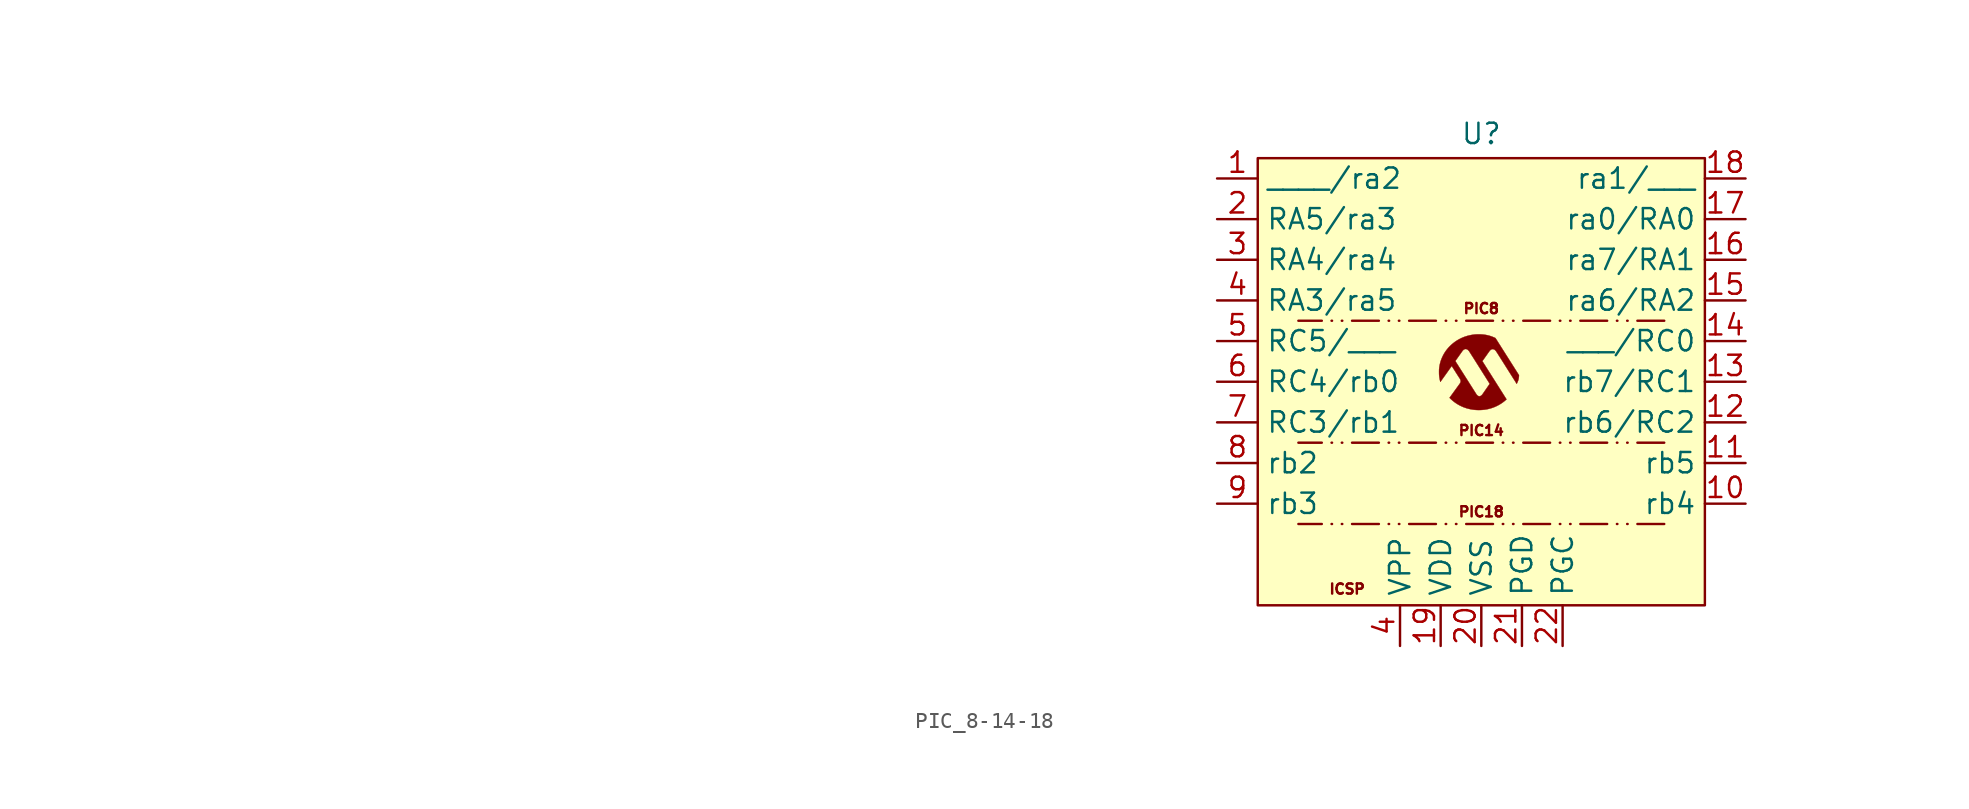
<source format=kicad_sym>
(kicad_symbol_lib
  (version 20241209)
  (generator "kicad_symbol_editor")
  (generator_version "9.0")
  (symbol "PIC_8-14-18"
    (property "Reference" "U"
      (at 0 10.414 0)
      (effects (font (size 1.27 1.27))))
    (property "Value" ""
      (at -78.74 -17.78 0)
      (effects (font (size 1.27 1.27))))
    (symbol "PIC_8-14-18_0_0"
      (polyline (pts (xy -0.028 -6.847) (xy 0.077 -6.84) (xy 0.179 -6.83) (xy 0.186 -6.829) (xy 0.311 -6.81) (xy 0.434 -6.785) (xy 0.556 -6.754) (xy 0.675 -6.717) (xy 0.792 -6.675) (xy 0.906 -6.626) (xy 1.019 -6.572) (xy 1.128 -6.512) (xy 1.235 -6.447) (xy 1.338 -6.376) (xy 1.439 -6.299) (xy 1.448 -6.292) (xy 1.463 -6.279) (xy 1.479 -6.266) (xy 1.496 -6.252) (xy 1.513 -6.237) (xy 1.529 -6.223) (xy 1.543 -6.21) (xy 1.556 -6.199) (xy 1.566 -6.19) (xy 1.573 -6.184) (xy 1.575 -6.181) (xy 1.574 -6.179) (xy 1.571 -6.174) (xy 1.569 -6.173) (xy 1.565 -6.166) (xy 1.558 -6.155) (xy 1.548 -6.14) (xy 1.537 -6.122) (xy 1.524 -6.101) (xy 1.509 -6.078) (xy 1.494 -6.054) (xy 1.479 -6.031) (xy 1.458 -5.998) (xy 1.436 -5.962) (xy 1.412 -5.925) (xy 1.389 -5.889) (xy 1.368 -5.855) (xy 1.349 -5.824) (xy 1.335 -5.802) (xy 1.314 -5.77) (xy 1.292 -5.735) (xy 1.27 -5.7) (xy 1.248 -5.665) (xy 1.228 -5.633) (xy 1.21 -5.605) (xy 1.209 -5.603) (xy 1.195 -5.581) (xy 1.178 -5.555) (xy 1.159 -5.524) (xy 1.138 -5.491) (xy 1.116 -5.456) (xy 1.093 -5.42) (xy 1.07 -5.383) (xy 1.047 -5.347) (xy 1.025 -5.312) (xy 1.006 -5.284) (xy 0.982 -5.245) (xy 0.956 -5.204) (xy 0.93 -5.162) (xy 0.903 -5.12) (xy 0.878 -5.08) (xy 0.854 -5.042) (xy 0.831 -5.006) (xy 0.812 -4.976) (xy 0.792 -4.944) (xy 0.768 -4.907) (xy 0.743 -4.867) (xy 0.716 -4.825) (xy 0.69 -4.783) (xy 0.664 -4.742) (xy 0.639 -4.703) (xy 0.617 -4.668) (xy 0.616 -4.666) (xy 0.594 -4.631) (xy 0.571 -4.594) (xy 0.546 -4.555) (xy 0.521 -4.516) (xy 0.496 -4.477) (xy 0.473 -4.44) (xy 0.452 -4.407) (xy 0.433 -4.377) (xy 0.418 -4.354) (xy 0.4 -4.325) (xy 0.379 -4.292) (xy 0.357 -4.256) (xy 0.333 -4.218) (xy 0.307 -4.178) (xy 0.282 -4.138) (xy 0.256 -4.097) (xy 0.231 -4.057) (xy 0.207 -4.019) (xy 0.064 -3.793) (xy 0.134 -3.695) (xy 0.182 -3.628) (xy 0.227 -3.565) (xy 0.268 -3.506) (xy 0.308 -3.451) (xy 0.345 -3.398) (xy 0.38 -3.348) (xy 0.415 -3.299) (xy 0.448 -3.252) (xy 0.455 -3.243) (xy 0.47 -3.221) (xy 0.485 -3.2) (xy 0.499 -3.181) (xy 0.512 -3.164) (xy 0.522 -3.152) (xy 0.529 -3.143) (xy 0.557 -3.113) (xy 0.588 -3.087) (xy 0.62 -3.067) (xy 0.652 -3.053) (xy 0.684 -3.044) (xy 0.716 -3.042) (xy 0.748 -3.046) (xy 0.748 -3.046) (xy 0.77 -3.053) (xy 0.793 -3.062) (xy 0.817 -3.074) (xy 0.837 -3.087) (xy 0.847 -3.095) (xy 0.864 -3.11) (xy 0.881 -3.127) (xy 0.899 -3.145) (xy 0.914 -3.163) (xy 0.915 -3.165) (xy 0.918 -3.169) (xy 0.922 -3.175) (xy 0.927 -3.182) (xy 0.934 -3.191) (xy 0.941 -3.202) (xy 0.949 -3.215) (xy 0.959 -3.23) (xy 0.971 -3.247) (xy 0.983 -3.267) (xy 0.998 -3.289) (xy 1.014 -3.314) (xy 1.032 -3.342) (xy 1.051 -3.373) (xy 1.073 -3.408) (xy 1.097 -3.445) (xy 1.123 -3.486) (xy 1.151 -3.53) (xy 1.182 -3.579) (xy 1.215 -3.631) (xy 1.25 -3.687) (xy 1.289 -3.747) (xy 1.329 -3.812) (xy 1.373 -3.881) (xy 1.42 -3.955) (xy 1.47 -4.034) (xy 1.522 -4.117) (xy 1.578 -4.206) (xy 1.637 -4.299) (xy 1.671 -4.353) (xy 1.722 -4.434) (xy 1.77 -4.51) (xy 1.815 -4.58) (xy 1.856 -4.646) (xy 1.895 -4.707) (xy 1.931 -4.764) (xy 1.964 -4.817) (xy 1.994 -4.865) (xy 2.022 -4.909) (xy 2.048 -4.949) (xy 2.071 -4.986) (xy 2.092 -5.019) (xy 2.11 -5.049) (xy 2.127 -5.075) (xy 2.141 -5.098) (xy 2.154 -5.119) (xy 2.165 -5.136) (xy 2.174 -5.151) (xy 2.182 -5.163) (xy 2.188 -5.173) (xy 2.193 -5.18) (xy 2.202 -5.194) (xy 2.209 -5.205) (xy 2.214 -5.21) (xy 2.216 -5.21) (xy 2.217 -5.206) (xy 2.221 -5.197) (xy 2.227 -5.184) (xy 2.234 -5.168) (xy 2.242 -5.148) (xy 2.251 -5.128) (xy 2.252 -5.127) (xy 2.266 -5.093) (xy 2.279 -5.064) (xy 2.289 -5.039) (xy 2.297 -5.017) (xy 2.304 -4.998) (xy 2.311 -4.979) (xy 2.316 -4.961) (xy 2.319 -4.95) (xy 2.331 -4.9) (xy 2.34 -4.845) (xy 2.347 -4.785) (xy 2.352 -4.72) (xy 2.354 -4.671) (xy 2.34 -4.649) (xy 2.338 -4.647) (xy 2.333 -4.639) (xy 2.325 -4.627) (xy 2.315 -4.61) (xy 2.302 -4.59) (xy 2.287 -4.567) (xy 2.271 -4.541) (xy 2.253 -4.513) (xy 2.234 -4.483) (xy 2.215 -4.453) (xy 2.195 -4.422) (xy 2.176 -4.391) (xy 2.157 -4.361) (xy 2.138 -4.332) (xy 2.121 -4.304) (xy 2.105 -4.279) (xy 2.09 -4.256) (xy 2.078 -4.236) (xy 2.071 -4.225) (xy 2.058 -4.205) (xy 2.045 -4.184) (xy 2.031 -4.162) (xy 2.018 -4.141) (xy 2.01 -4.128) (xy 1.998 -4.111) (xy 1.985 -4.089) (xy 1.969 -4.064) (xy 1.952 -4.038) (xy 1.934 -4.009) (xy 1.916 -3.981) (xy 1.898 -3.952) (xy 1.886 -3.934) (xy 1.872 -3.911) (xy 1.857 -3.888) (xy 1.843 -3.865) (xy 1.828 -3.842) (xy 1.813 -3.818) (xy 1.797 -3.793) (xy 1.78 -3.766) (xy 1.762 -3.737) (xy 1.742 -3.706) (xy 1.721 -3.672) (xy 1.697 -3.635) (xy 1.671 -3.593) (xy 1.642 -3.548) (xy 1.61 -3.498) (xy 1.576 -3.444) (xy 1.575 -3.443) (xy 1.558 -3.416) (xy 1.54 -3.388) (xy 1.522 -3.36) (xy 1.505 -3.333) (xy 1.49 -3.308) (xy 1.476 -3.286) (xy 1.465 -3.268) (xy 1.463 -3.266) (xy 1.454 -3.252) (xy 1.442 -3.233) (xy 1.428 -3.21) (xy 1.411 -3.184) (xy 1.393 -3.155) (xy 1.373 -3.123) (xy 1.351 -3.089) (xy 1.329 -3.054) (xy 1.307 -3.019) (xy 1.284 -2.983) (xy 1.261 -2.947) (xy 1.225 -2.89) (xy 1.192 -2.837) (xy 1.161 -2.789) (xy 1.133 -2.745) (xy 1.108 -2.706) (xy 1.086 -2.67) (xy 1.065 -2.637) (xy 1.046 -2.608) (xy 1.03 -2.581) (xy 1.014 -2.557) (xy 1.001 -2.535) (xy 0.988 -2.515) (xy 0.977 -2.497) (xy 0.966 -2.481) (xy 0.956 -2.465) (xy 0.947 -2.45) (xy 0.938 -2.436) (xy 0.934 -2.43) (xy 0.922 -2.411) (xy 0.91 -2.393) (xy 0.9 -2.377) (xy 0.892 -2.365) (xy 0.887 -2.357) (xy 0.884 -2.353) (xy 0.884 -2.353) (xy 0.879 -2.349) (xy 0.868 -2.344) (xy 0.853 -2.337) (xy 0.834 -2.328) (xy 0.813 -2.319) (xy 0.789 -2.309) (xy 0.763 -2.298) (xy 0.737 -2.287) (xy 0.711 -2.277) (xy 0.685 -2.267) (xy 0.661 -2.257) (xy 0.638 -2.249) (xy 0.619 -2.242) (xy 0.608 -2.238) (xy 0.586 -2.231) (xy 0.561 -2.223) (xy 0.534 -2.215) (xy 0.507 -2.207) (xy 0.481 -2.199) (xy 0.459 -2.193) (xy 0.44 -2.188) (xy 0.437 -2.187) (xy 0.399 -2.178) (xy 0.356 -2.169) (xy 0.31 -2.16) (xy 0.263 -2.152) (xy 0.216 -2.144) (xy 0.17 -2.138) (xy 0.129 -2.133) (xy 0.119 -2.132) (xy 0.093 -2.129) (xy 0.07 -2.127) (xy 0.049 -2.125) (xy 0.028 -2.124) (xy 0.008 -2.123) (xy -0.013 -2.122) (xy -0.037 -2.121) (xy -0.062 -2.121) (xy -0.092 -2.12) (xy -0.126 -2.12) (xy -0.165 -2.12) (xy -0.185 -2.12) (xy -0.22 -2.12) (xy -0.25 -2.12) (xy -0.275 -2.121) (xy -0.297 -2.121) (xy -0.316 -2.122) (xy -0.333 -2.122) (xy -0.349 -2.123) (xy -0.364 -2.124) (xy -0.38 -2.126) (xy -0.398 -2.127) (xy -0.459 -2.134) (xy -0.589 -2.153) (xy -0.715 -2.177) (xy -0.839 -2.207) (xy -0.96 -2.243) (xy -1.079 -2.284) (xy -1.195 -2.331) (xy -1.308 -2.384) (xy -1.419 -2.443) (xy -1.527 -2.507) (xy -1.577 -2.54) (xy -1.677 -2.609) (xy -1.773 -2.684) (xy -1.865 -2.763) (xy -1.953 -2.846) (xy -2.037 -2.932) (xy -2.115 -3.023) (xy -2.189 -3.116) (xy -2.257 -3.213) (xy -2.32 -3.313) (xy -2.366 -3.393) (xy -2.421 -3.501) (xy -2.47 -3.61) (xy -2.513 -3.72) (xy -2.536 -3.791) (xy -1.622 -3.791) (xy -1.621 -3.788) (xy -1.62 -3.783) (xy -1.616 -3.777) (xy -1.611 -3.768) (xy -1.603 -3.756) (xy -1.592 -3.74) (xy -1.579 -3.721) (xy -1.562 -3.697) (xy -1.553 -3.686) (xy -1.535 -3.659) (xy -1.513 -3.629) (xy -1.49 -3.597) (xy -1.466 -3.562) (xy -1.44 -3.526) (xy -1.414 -3.489) (xy -1.388 -3.452) (xy -1.362 -3.416) (xy -1.337 -3.38) (xy -1.313 -3.347) (xy -1.292 -3.316) (xy -1.272 -3.288) (xy -1.255 -3.265) (xy -1.242 -3.245) (xy -1.236 -3.238) (xy -1.217 -3.21) (xy -1.2 -3.187) (xy -1.186 -3.167) (xy -1.173 -3.151) (xy -1.163 -3.138) (xy -1.153 -3.126) (xy -1.143 -3.116) (xy -1.134 -3.107) (xy -1.124 -3.099) (xy -1.113 -3.09) (xy -1.084 -3.069) (xy -1.052 -3.051) (xy -1.02 -3.04) (xy -0.987 -3.036) (xy -0.954 -3.037) (xy -0.921 -3.045) (xy -0.888 -3.059) (xy -0.885 -3.06) (xy -0.862 -3.074) (xy -0.837 -3.093) (xy -0.812 -3.116) (xy -0.788 -3.141) (xy -0.767 -3.166) (xy -0.767 -3.167) (xy -0.762 -3.174) (xy -0.754 -3.186) (xy -0.743 -3.203) (xy -0.729 -3.224) (xy -0.712 -3.252) (xy -0.691 -3.283) (xy -0.668 -3.321) (xy -0.641 -3.363) (xy -0.611 -3.41) (xy -0.578 -3.462) (xy -0.541 -3.519) (xy -0.501 -3.582) (xy -0.458 -3.65) (xy -0.412 -3.723) (xy -0.363 -3.801) (xy -0.31 -3.884) (xy -0.254 -3.973) (xy -0.195 -4.066) (xy -0.133 -4.165) (xy -0.067 -4.269) (xy 0.002 -4.379) (xy 0.075 -4.494) (xy 0.15 -4.614) (xy 0.23 -4.739) (xy 0.312 -4.87) (xy 0.327 -4.894) (xy 0.346 -4.924) (xy 0.367 -4.957) (xy 0.389 -4.991) (xy 0.41 -5.026) (xy 0.431 -5.058) (xy 0.45 -5.088) (xy 0.46 -5.104) (xy 0.475 -5.128) (xy 0.488 -5.15) (xy 0.5 -5.169) (xy 0.51 -5.185) (xy 0.517 -5.198) (xy 0.522 -5.206) (xy 0.523 -5.21) (xy 0.523 -5.21) (xy 0.522 -5.212) (xy 0.519 -5.218) (xy 0.514 -5.226) (xy 0.506 -5.238) (xy 0.496 -5.253) (xy 0.484 -5.271) (xy 0.469 -5.293) (xy 0.451 -5.319) (xy 0.431 -5.349) (xy 0.407 -5.383) (xy 0.381 -5.421) (xy 0.352 -5.463) (xy 0.319 -5.511) (xy 0.283 -5.562) (xy 0.244 -5.619) (xy 0.201 -5.681) (xy 0.193 -5.692) (xy 0.175 -5.719) (xy 0.157 -5.745) (xy 0.14 -5.769) (xy 0.125 -5.79) (xy 0.113 -5.809) (xy 0.102 -5.824) (xy 0.094 -5.835) (xy 0.09 -5.842) (xy 0.078 -5.859) (xy 0.051 -5.893) (xy 0.022 -5.922) (xy -0.007 -5.947) (xy -0.036 -5.966) (xy -0.066 -5.979) (xy -0.094 -5.987) (xy -0.104 -5.989) (xy -0.115 -5.99) (xy -0.121 -5.99) (xy -0.14 -5.988) (xy -0.169 -5.98) (xy -0.197 -5.969) (xy -0.201 -5.967) (xy -0.229 -5.949) (xy -0.256 -5.925) (xy -0.283 -5.896) (xy -0.309 -5.862) (xy -0.334 -5.823) (xy -0.334 -5.822) (xy -0.341 -5.811) (xy -0.35 -5.797) (xy -0.361 -5.779) (xy -0.373 -5.76) (xy -0.385 -5.742) (xy -0.389 -5.736) (xy -0.401 -5.717) (xy -0.415 -5.694) (xy -0.431 -5.67) (xy -0.447 -5.644) (xy -0.464 -5.617) (xy -0.48 -5.592) (xy -0.482 -5.588) (xy -0.496 -5.566) (xy -0.513 -5.54) (xy -0.532 -5.51) (xy -0.552 -5.478) (xy -0.573 -5.445) (xy -0.595 -5.411) (xy -0.616 -5.378) (xy -0.636 -5.346) (xy -0.654 -5.317) (xy -0.678 -5.28) (xy -0.704 -5.24) (xy -0.73 -5.198) (xy -0.756 -5.157) (xy -0.781 -5.117) (xy -0.805 -5.08) (xy -0.826 -5.047) (xy -0.832 -5.037) (xy -0.851 -5.008) (xy -0.872 -4.974) (xy -0.896 -4.936) (xy -0.921 -4.897) (xy -0.947 -4.856) (xy -0.973 -4.814) (xy -1 -4.774) (xy -1.025 -4.734) (xy -1.049 -4.696) (xy -1.069 -4.664) (xy -1.09 -4.631) (xy -1.111 -4.598) (xy -1.131 -4.567) (xy -1.149 -4.538) (xy -1.165 -4.512) (xy -1.18 -4.489) (xy -1.192 -4.47) (xy -1.202 -4.455) (xy -1.208 -4.445) (xy -1.214 -4.436) (xy -1.222 -4.422) (xy -1.234 -4.404) (xy -1.248 -4.382) (xy -1.265 -4.356) (xy -1.283 -4.327) (xy -1.303 -4.295) (xy -1.324 -4.262) (xy -1.347 -4.227) (xy -1.37 -4.19) (xy -1.393 -4.154) (xy -1.417 -4.116) (xy -1.44 -4.08) (xy -1.463 -4.043) (xy -1.485 -4.009) (xy -1.506 -3.976) (xy -1.526 -3.945) (xy -1.544 -3.916) (xy -1.56 -3.891) (xy -1.573 -3.87) (xy -1.585 -3.852) (xy -1.596 -3.834) (xy -1.606 -3.818) (xy -1.613 -3.805) (xy -1.619 -3.796) (xy -1.621 -3.792) (xy -1.622 -3.791) (xy -2.536 -3.791) (xy -2.55 -3.833) (xy -2.581 -3.947) (xy -2.606 -4.064) (xy -2.624 -4.182) (xy -2.637 -4.302) (xy -2.639 -4.324) (xy -2.64 -4.352) (xy -2.64 -4.384) (xy -2.641 -4.419) (xy -2.641 -4.456) (xy -2.641 -4.494) (xy -2.64 -4.532) (xy -2.64 -4.569) (xy -2.639 -4.603) (xy -2.637 -4.635) (xy -2.636 -4.662) (xy -2.634 -4.684) (xy -2.626 -4.755) (xy -2.615 -4.833) (xy -2.602 -4.908) (xy -2.587 -4.981) (xy -2.568 -5.056) (xy -2.565 -5.069) (xy -2.562 -5.08) (xy -2.559 -5.086) (xy -2.558 -5.089) (xy -2.556 -5.088) (xy -2.554 -5.086) (xy -2.552 -5.083) (xy -2.546 -5.075) (xy -2.537 -5.063) (xy -2.526 -5.046) (xy -2.511 -5.026) (xy -2.494 -5.002) (xy -2.475 -4.975) (xy -2.454 -4.945) (xy -2.431 -4.913) (xy -2.406 -4.879) (xy -2.381 -4.843) (xy -2.354 -4.805) (xy -2.326 -4.766) (xy -2.298 -4.727) (xy -2.269 -4.687) (xy -2.241 -4.646) (xy -2.212 -4.607) (xy -2.184 -4.567) (xy -2.157 -4.529) (xy -2.13 -4.492) (xy -2.105 -4.456) (xy -2.081 -4.423) (xy -2.059 -4.391) (xy -2.038 -4.362) (xy -2.02 -4.337) (xy -2.004 -4.314) (xy -1.99 -4.295) (xy -1.979 -4.28) (xy -1.972 -4.269) (xy -1.971 -4.269) (xy -1.956 -4.247) (xy -1.938 -4.223) (xy -1.921 -4.198) (xy -1.904 -4.175) (xy -1.89 -4.155) (xy -1.886 -4.149) (xy -1.874 -4.133) (xy -1.865 -4.12) (xy -1.857 -4.109) (xy -1.851 -4.102) (xy -1.849 -4.099) (xy -1.847 -4.101) (xy -1.841 -4.109) (xy -1.833 -4.12) (xy -1.823 -4.135) (xy -1.811 -4.154) (xy -1.797 -4.176) (xy -1.782 -4.199) (xy -1.766 -4.225) (xy -1.74 -4.264) (xy -1.698 -4.331) (xy -1.658 -4.393) (xy -1.622 -4.45) (xy -1.589 -4.503) (xy -1.558 -4.551) (xy -1.53 -4.595) (xy -1.505 -4.634) (xy -1.482 -4.67) (xy -1.462 -4.702) (xy -1.443 -4.73) (xy -1.427 -4.755) (xy -1.413 -4.777) (xy -1.401 -4.796) (xy -1.391 -4.812) (xy -1.382 -4.826) (xy -1.374 -4.837) (xy -1.368 -4.846) (xy -1.363 -4.853) (xy -1.36 -4.858) (xy -1.357 -4.862) (xy -1.347 -4.876) (xy -1.328 -4.909) (xy -1.312 -4.943) (xy -1.3 -4.978) (xy -1.293 -5.013) (xy -1.29 -5.046) (xy -1.292 -5.077) (xy -1.293 -5.082) (xy -1.297 -5.103) (xy -1.304 -5.125) (xy -1.312 -5.146) (xy -1.32 -5.162) (xy -1.32 -5.163) (xy -1.323 -5.168) (xy -1.329 -5.176) (xy -1.336 -5.187) (xy -1.345 -5.2) (xy -1.357 -5.217) (xy -1.372 -5.238) (xy -1.389 -5.262) (xy -1.41 -5.291) (xy -1.434 -5.324) (xy -1.461 -5.362) (xy -1.464 -5.366) (xy -1.48 -5.387) (xy -1.496 -5.41) (xy -1.512 -5.432) (xy -1.527 -5.452) (xy -1.539 -5.469) (xy -1.544 -5.476) (xy -1.551 -5.485) (xy -1.558 -5.496) (xy -1.567 -5.508) (xy -1.577 -5.522) (xy -1.589 -5.538) (xy -1.602 -5.556) (xy -1.618 -5.578) (xy -1.635 -5.602) (xy -1.655 -5.63) (xy -1.678 -5.661) (xy -1.703 -5.696) (xy -1.731 -5.734) (xy -1.762 -5.778) (xy -1.797 -5.826) (xy -1.835 -5.878) (xy -1.84 -5.884) (xy -1.855 -5.906) (xy -1.872 -5.928) (xy -1.888 -5.95) (xy -1.902 -5.971) (xy -1.914 -5.987) (xy -1.922 -5.997) (xy -1.934 -6.015) (xy -1.947 -6.032) (xy -1.958 -6.047) (xy -1.966 -6.058) (xy -1.985 -6.083) (xy -1.965 -6.104) (xy -1.949 -6.12) (xy -1.901 -6.168) (xy -1.848 -6.216) (xy -1.792 -6.264) (xy -1.735 -6.311) (xy -1.678 -6.355) (xy -1.63 -6.39) (xy -1.528 -6.458) (xy -1.425 -6.521) (xy -1.318 -6.578) (xy -1.207 -6.63) (xy -1.138 -6.66) (xy -1.023 -6.703) (xy -0.904 -6.742) (xy -0.784 -6.774) (xy -0.661 -6.801) (xy -0.537 -6.822) (xy -0.411 -6.838) (xy -0.285 -6.847) (xy -0.237 -6.849) (xy -0.133 -6.85) (xy -0.028 -6.847)) (stroke (width 0.01) (type default)) (fill (type outline))))
    (symbol "PIC_8-14-18_1_1"
      (rectangle (start -13.97 8.89) (end 13.97 -19.05) (stroke (width 0) (type solid)) (fill (type background)))
      (polyline (pts (xy 11.43 -1.27) (xy -11.43 -1.27)) (stroke (width 0) (type dash_dot_dot)) (fill (type none)))
      (polyline (pts (xy 11.43 -8.89) (xy -11.43 -8.89)) (stroke (width 0) (type dash_dot_dot)) (fill (type none)))
      (polyline (pts (xy 11.43 -13.97) (xy -11.43 -13.97)) (stroke (width 0) (type dash_dot_dot)) (fill (type none)))
      (text "ICSP" (at -8.382 -18.034 0) (effects (font (size 0.635 0.635))))
      (text "PIC8" (at 0 -0.508 0) (effects (font (size 0.635 0.635))))
      (text "PIC14" (at 0 -8.128 0) (effects (font (size 0.635 0.635))))
      (text "PIC18" (at 0 -13.208 0) (effects (font (size 0.635 0.635))))
      (pin power_in line (at -16.51 7.62 0) (length 2.54) (name "____/ra2" (effects (font (size 1.27 1.27)))) (number "1" (effects (font (size 1.27 1.27)))))
      (pin bidirectional line (at -16.51 5.08 0) (length 2.54) (name "RA5/ra3" (effects (font (size 1.27 1.27)))) (number "2" (effects (font (size 1.27 1.27)))))
      (pin bidirectional line (at -16.51 2.54 0) (length 2.54) (name "RA4/ra4" (effects (font (size 1.27 1.27)))) (number "3" (effects (font (size 1.27 1.27)))))
      (pin bidirectional line (at -16.51 0 0) (length 2.54) (name "RA3/ra5" (effects (font (size 1.27 1.27)))) (number "4" (effects (font (size 1.27 1.27)))))
      (pin bidirectional line (at -16.51 -2.54 0) (length 2.54) (name "RC5/___" (effects (font (size 1.27 1.27)))) (number "5" (effects (font (size 1.27 1.27)))))
      (pin bidirectional line (at -16.51 -5.08 0) (length 2.54) (name "RC4/rb0" (effects (font (size 1.27 1.27)))) (number "6" (effects (font (size 1.27 1.27)))))
      (pin bidirectional line (at -16.51 -7.62 0) (length 2.54) (name "RC3/rb1" (effects (font (size 1.27 1.27)))) (number "7" (effects (font (size 1.27 1.27)))))
      (pin bidirectional line (at -16.51 -10.16 0) (length 2.54) (name "rb2" (effects (font (size 1.27 1.27)))) (number "8" (effects (font (size 1.27 1.27)))))
      (pin bidirectional line (at -16.51 -12.7 0) (length 2.54) (name "rb3" (effects (font (size 1.27 1.27)))) (number "9" (effects (font (size 1.27 1.27)))))
      (pin bidirectional line (at -5.08 -21.59 90) (length 2.54) (name "VPP" (effects (font (size 1.27 1.27)))) (number "4" (effects (font (size 1.27 1.27)))))
      (pin power_in line (at -2.54 -21.59 90) (length 2.54) (name "VDD" (effects (font (size 1.27 1.27)))) (number "19" (effects (font (size 1.27 1.27)))))
      (pin power_in line (at 0 -21.59 90) (length 2.54) (name "VSS" (effects (font (size 1.27 1.27)))) (number "20" (effects (font (size 1.27 1.27)))))
      (pin bidirectional line (at 2.54 -21.59 90) (length 2.54) (name "PGD" (effects (font (size 1.27 1.27)))) (number "21" (effects (font (size 1.27 1.27)))))
      (pin bidirectional line (at 5.08 -21.59 90) (length 2.54) (name "PGC" (effects (font (size 1.27 1.27)))) (number "22" (effects (font (size 1.27 1.27)))))
      (pin power_in line (at 16.51 7.62 180) (length 2.54) (name "ra1/___" (effects (font (size 1.27 1.27)))) (number "18" (effects (font (size 1.27 1.27)))))
      (pin bidirectional line (at 16.51 5.08 180) (length 2.54) (name "ra0/RA0" (effects (font (size 1.27 1.27)))) (number "17" (effects (font (size 1.27 1.27)))))
      (pin bidirectional line (at 16.51 2.54 180) (length 2.54) (name "ra7/RA1" (effects (font (size 1.27 1.27)))) (number "16" (effects (font (size 1.27 1.27)))))
      (pin bidirectional line (at 16.51 0 180) (length 2.54) (name "ra6/RA2" (effects (font (size 1.27 1.27)))) (number "15" (effects (font (size 1.27 1.27)))))
      (pin bidirectional line (at 16.51 -2.54 180) (length 2.54) (name "___/RC0" (effects (font (size 1.27 1.27)))) (number "14" (effects (font (size 1.27 1.27)))))
      (pin bidirectional line (at 16.51 -5.08 180) (length 2.54) (name "rb7/RC1" (effects (font (size 1.27 1.27)))) (number "13" (effects (font (size 1.27 1.27)))))
      (pin bidirectional line (at 16.51 -7.62 180) (length 2.54) (name "rb6/RC2" (effects (font (size 1.27 1.27)))) (number "12" (effects (font (size 1.27 1.27)))))
      (pin bidirectional line (at 16.51 -10.16 180) (length 2.54) (name "rb5" (effects (font (size 1.27 1.27)))) (number "11" (effects (font (size 1.27 1.27)))))
      (pin bidirectional line (at 16.51 -12.7 180) (length 2.54) (name "rb4" (effects (font (size 1.27 1.27)))) (number "10" (effects (font (size 1.27 1.27))))))))
</source>
